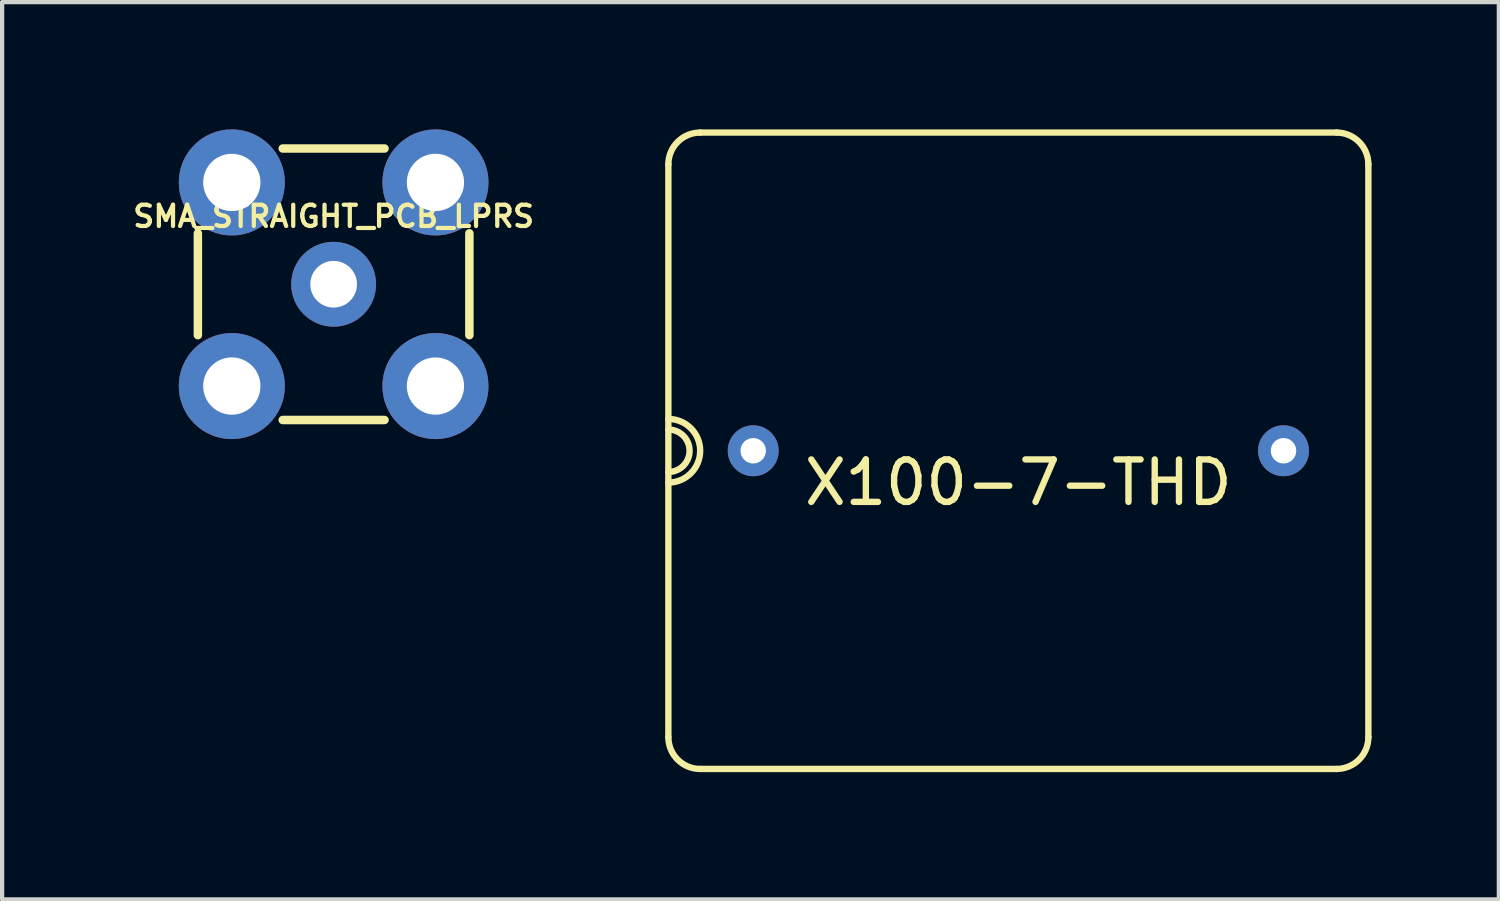
<source format=kicad_pcb>
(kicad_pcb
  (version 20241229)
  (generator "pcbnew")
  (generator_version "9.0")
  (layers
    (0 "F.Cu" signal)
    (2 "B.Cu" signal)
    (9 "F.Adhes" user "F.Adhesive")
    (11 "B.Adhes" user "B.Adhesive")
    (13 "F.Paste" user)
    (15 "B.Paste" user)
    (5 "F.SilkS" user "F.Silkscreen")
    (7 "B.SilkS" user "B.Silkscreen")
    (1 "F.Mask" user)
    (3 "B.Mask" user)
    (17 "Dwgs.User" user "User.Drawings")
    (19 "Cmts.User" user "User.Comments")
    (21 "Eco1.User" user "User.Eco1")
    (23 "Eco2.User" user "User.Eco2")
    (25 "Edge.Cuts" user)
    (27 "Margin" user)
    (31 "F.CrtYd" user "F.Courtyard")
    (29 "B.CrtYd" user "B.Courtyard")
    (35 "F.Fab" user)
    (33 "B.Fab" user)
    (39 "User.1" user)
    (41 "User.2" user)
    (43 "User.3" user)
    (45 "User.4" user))
  (footprint "SMA_STRAIGHT_PCB_LPRS"
    (layer "F.Cu")
    (at 4.814 3.65)
    (property "Reference" "SMA_STRAIGHT_PCB_LPRS" (at 0 -1.6 0) (layer "F.SilkS") (effects (font (size 0.5 0.5) (thickness 0.1))))
    (attr through_hole)
    (fp_line (start -3.2 1.2) (end -3.2 -1.2) (stroke (width 0.2) (type solid)) (layer "F.SilkS"))
    (fp_line (start -1.2 -3.2) (end 1.2 -3.2) (stroke (width 0.2) (type solid)) (layer "F.SilkS"))
    (fp_line (start 1.2 3.2) (end -1.2 3.2) (stroke (width 0.2) (type solid)) (layer "F.SilkS"))
    (fp_line (start 3.2 -1.2) (end 3.2 1.2) (stroke (width 0.2) (type solid)) (layer "F.SilkS"))
    (pad "1" thru_hole circle (at 0 0) (size 2 2) (drill 1.1) (layers "*.Cu" "*.Mask"))
    (pad "2" thru_hole circle (at -2.4 -2.4) (size 2.5 2.5) (drill 1.35) (layers "*.Cu" "*.Mask"))
    (pad "3" thru_hole circle (at 2.4 -2.4) (size 2.5 2.5) (drill 1.35) (layers "*.Cu" "*.Mask"))
    (pad "4" thru_hole circle (at 2.4 2.4) (size 2.5 2.5) (drill 1.35) (layers "*.Cu" "*.Mask"))
    (pad "5" thru_hole circle (at -2.4 2.4) (size 2.5 2.5) (drill 1.35) (layers "*.Cu" "*.Mask")))
  (footprint "X100-7-THD"
    (layer "F.Cu")
    (at 20.954 7.575)
    (property "Reference" "X100-7-THD" (at 0 0.75 0) (layer "F.SilkS") (effects (font (size 1 1) (thickness 0.15))))
    (attr through_hole)
    (fp_line (start -8.25 6.75) (end -8.25 -6.75) (stroke (width 0.15) (type solid)) (layer "F.SilkS"))
    (fp_line (start -7.5 -7.5) (end 7.5 -7.5) (stroke (width 0.15) (type solid)) (layer "F.SilkS"))
    (fp_line (start 7.5 7.5) (end -7.5 7.5) (stroke (width 0.15) (type solid)) (layer "F.SilkS"))
    (fp_line (start 8.25 -6.75) (end 8.25 6.75) (stroke (width 0.15) (type solid)) (layer "F.SilkS"))
    (fp_arc (start -8.25 -6.75) (mid -8.03033 -7.28033) (end -7.5 -7.5) (stroke (width 0.15) (type solid)) (layer "F.SilkS"))
    (fp_arc (start -8.25 -0.75) (mid -7.5 0) (end -8.25 0.75) (stroke (width 0.15) (type solid)) (layer "F.SilkS"))
    (fp_arc (start -8.25 -0.5) (mid -7.75 0) (end -8.25 0.5) (stroke (width 0.15) (type solid)) (layer "F.SilkS"))
    (fp_arc (start -7.5 7.5) (mid -8.03033 7.28033) (end -8.25 6.75) (stroke (width 0.15) (type solid)) (layer "F.SilkS"))
    (fp_arc (start 7.5 -7.5) (mid 8.03033 -7.28033) (end 8.25 -6.75) (stroke (width 0.15) (type solid)) (layer "F.SilkS"))
    (fp_arc (start 8.25 6.75) (mid 8.03033 7.28033) (end 7.5 7.5) (stroke (width 0.15) (type solid)) (layer "F.SilkS"))
    (pad "1" thru_hole circle (at -6.25 0) (size 1.2 1.2) (drill 0.6) (layers "*.Cu" "*.Mask"))
    (pad "2" thru_hole circle (at 6.25 0) (size 1.2 1.2) (drill 0.6) (layers "*.Cu" "*.Mask")))
  (gr_rect
    (start -3 -3)
    (end 32.279 18.15)
    (stroke (width 0.1) (type default))
    (fill no)
    (layer "Edge.Cuts")))
</source>
